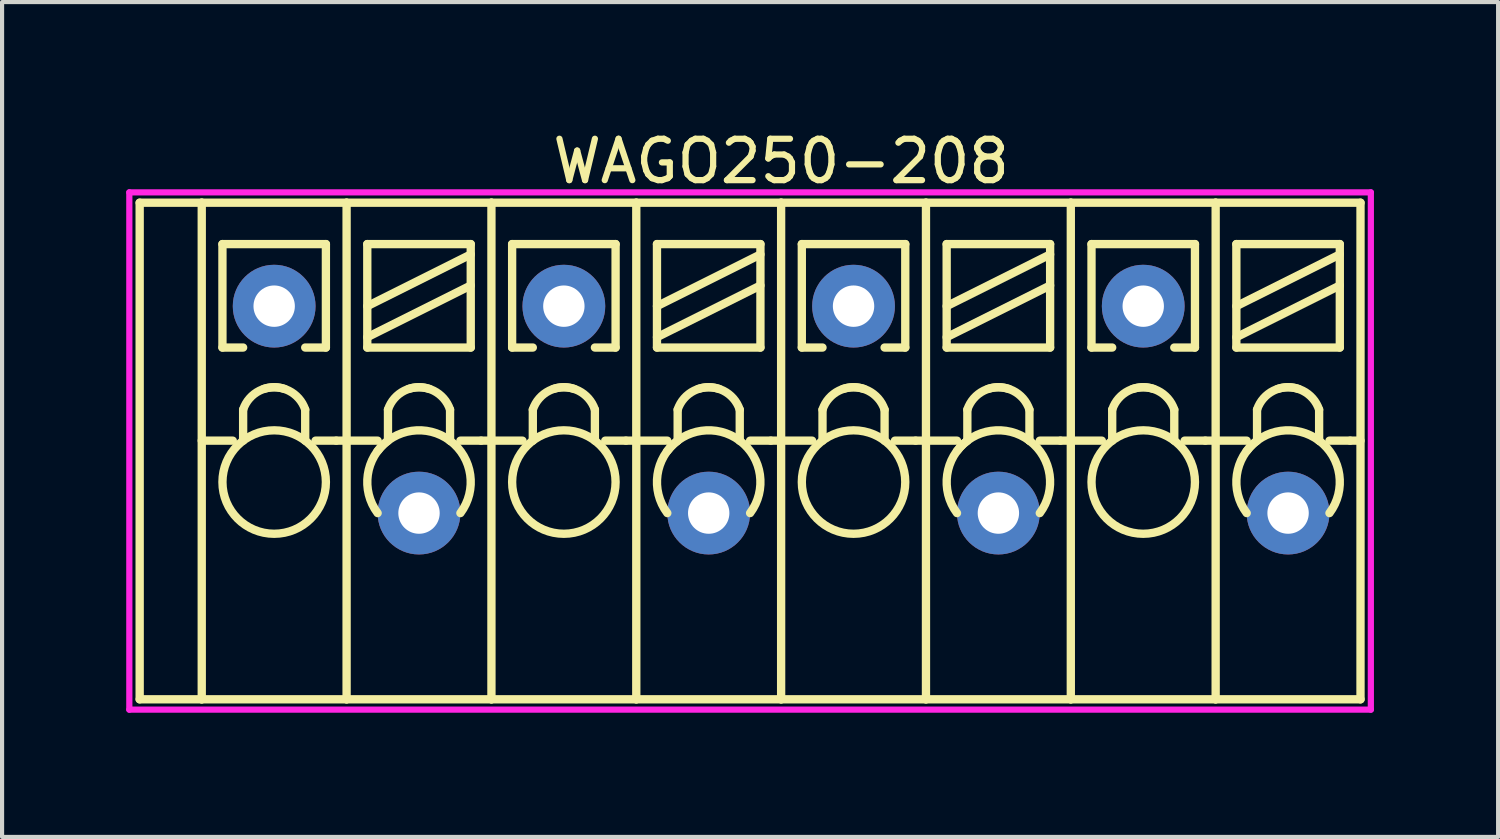
<source format=kicad_pcb>
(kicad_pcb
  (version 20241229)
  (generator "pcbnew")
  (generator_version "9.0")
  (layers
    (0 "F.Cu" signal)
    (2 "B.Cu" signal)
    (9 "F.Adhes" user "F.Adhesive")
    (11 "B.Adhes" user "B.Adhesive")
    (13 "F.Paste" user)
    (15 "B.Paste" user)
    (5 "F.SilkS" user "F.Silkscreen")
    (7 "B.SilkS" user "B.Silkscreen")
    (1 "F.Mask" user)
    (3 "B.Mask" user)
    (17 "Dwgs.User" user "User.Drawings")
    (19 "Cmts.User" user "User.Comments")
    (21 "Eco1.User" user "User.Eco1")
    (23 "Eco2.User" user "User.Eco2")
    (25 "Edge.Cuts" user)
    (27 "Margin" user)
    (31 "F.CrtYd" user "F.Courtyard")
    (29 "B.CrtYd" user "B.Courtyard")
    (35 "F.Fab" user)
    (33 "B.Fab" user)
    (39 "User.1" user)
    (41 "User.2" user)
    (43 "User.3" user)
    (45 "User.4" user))
  (footprint "WAGO250-208"
    (layer "F.Cu")
    (at 28.075 9.348)
    (property "Reference" "WAGO250-208" (at -12.25 -8.5 0) (layer "F.SilkS") (effects (font (size 1 1) (thickness 0.15))))
    (attr through_hole)
    (fp_line (start -27.75 -7.5) (end -26.25 -7.5) (stroke (width 0.201) (type solid)) (layer "F.SilkS"))
    (fp_line (start -27.75 4.5) (end -27.75 -7.5) (stroke (width 0.201) (type solid)) (layer "F.SilkS"))
    (fp_line (start -27.75 4.5) (end -26.25 4.5) (stroke (width 0.201) (type solid)) (layer "F.SilkS"))
    (fp_line (start -26.25 -7.5) (end -26.25 4.5) (stroke (width 0.201) (type solid)) (layer "F.SilkS"))
    (fp_line (start -26.25 -1.75) (end -25.5 -1.75) (stroke (width 0.201) (type solid)) (layer "F.SilkS"))
    (fp_line (start -26.25 4.5) (end -22.75 4.5) (stroke (width 0.201) (type solid)) (layer "F.SilkS"))
    (fp_line (start -25.75 -6.5) (end -25.75 -4) (stroke (width 0.201) (type solid)) (layer "F.SilkS"))
    (fp_line (start -25.75 -4) (end -25.25 -4) (stroke (width 0.201) (type solid)) (layer "F.SilkS"))
    (fp_line (start -25.25 -2.5) (end -25.25 -1.75) (stroke (width 0.201) (type solid)) (layer "F.SilkS"))
    (fp_line (start -23.75 -2.5) (end -23.75 -1.75) (stroke (width 0.201) (type solid)) (layer "F.SilkS"))
    (fp_line (start -23.5 -1.75) (end -23 -1.75) (stroke (width 0.201) (type solid)) (layer "F.SilkS"))
    (fp_line (start -23.25 -6.5) (end -25.75 -6.5) (stroke (width 0.201) (type solid)) (layer "F.SilkS"))
    (fp_line (start -23.25 -6.5) (end -23.25 -4) (stroke (width 0.201) (type solid)) (layer "F.SilkS"))
    (fp_line (start -23.25 -4) (end -23.75 -4) (stroke (width 0.201) (type solid)) (layer "F.SilkS"))
    (fp_line (start -23 -1.75) (end -22.75 -1.75) (stroke (width 0.201) (type solid)) (layer "F.SilkS"))
    (fp_line (start -22.75 -7.5) (end -26.25 -7.5) (stroke (width 0.201) (type solid)) (layer "F.SilkS"))
    (fp_line (start -22.75 -7.5) (end -22.75 4.5) (stroke (width 0.201) (type solid)) (layer "F.SilkS"))
    (fp_line (start -22.75 -1.75) (end -22 -1.75) (stroke (width 0.201) (type solid)) (layer "F.SilkS"))
    (fp_line (start -22.75 4.5) (end -19.25 4.5) (stroke (width 0.201) (type solid)) (layer "F.SilkS"))
    (fp_line (start -22.25 -6.5) (end -22.25 -4) (stroke (width 0.201) (type solid)) (layer "F.SilkS"))
    (fp_line (start -22.25 -4.25) (end -19.75 -5.5) (stroke (width 0.201) (type solid)) (layer "F.SilkS"))
    (fp_line (start -22.25 -4) (end -19.75 -4) (stroke (width 0.201) (type solid)) (layer "F.SilkS"))
    (fp_line (start -21.75 -2.5) (end -21.75 -1.75) (stroke (width 0.201) (type solid)) (layer "F.SilkS"))
    (fp_line (start -20.25 -2.5) (end -20.25 -1.75) (stroke (width 0.201) (type solid)) (layer "F.SilkS"))
    (fp_line (start -20 -1.75) (end -19.5 -1.75) (stroke (width 0.201) (type solid)) (layer "F.SilkS"))
    (fp_line (start -19.75 -6.5) (end -22.25 -6.5) (stroke (width 0.201) (type solid)) (layer "F.SilkS"))
    (fp_line (start -19.75 -6.5) (end -19.75 -4) (stroke (width 0.201) (type solid)) (layer "F.SilkS"))
    (fp_line (start -19.75 -6.25) (end -22.25 -5) (stroke (width 0.201) (type solid)) (layer "F.SilkS"))
    (fp_line (start -19.5 -1.75) (end -19.25 -1.75) (stroke (width 0.201) (type solid)) (layer "F.SilkS"))
    (fp_line (start -19.25 -7.5) (end -22.75 -7.5) (stroke (width 0.201) (type solid)) (layer "F.SilkS"))
    (fp_line (start -19.25 -7.5) (end -19.25 4.5) (stroke (width 0.201) (type solid)) (layer "F.SilkS"))
    (fp_line (start -19.25 -1.75) (end -18.5 -1.75) (stroke (width 0.201) (type solid)) (layer "F.SilkS"))
    (fp_line (start -19.25 4.5) (end -15.75 4.5) (stroke (width 0.201) (type solid)) (layer "F.SilkS"))
    (fp_line (start -18.75 -6.5) (end -18.75 -4) (stroke (width 0.201) (type solid)) (layer "F.SilkS"))
    (fp_line (start -18.75 -4) (end -18.25 -4) (stroke (width 0.201) (type solid)) (layer "F.SilkS"))
    (fp_line (start -18.25 -2.5) (end -18.25 -1.75) (stroke (width 0.201) (type solid)) (layer "F.SilkS"))
    (fp_line (start -16.75 -2.5) (end -16.75 -1.75) (stroke (width 0.201) (type solid)) (layer "F.SilkS"))
    (fp_line (start -16.5 -1.75) (end -16 -1.75) (stroke (width 0.201) (type solid)) (layer "F.SilkS"))
    (fp_line (start -16.25 -6.5) (end -18.75 -6.5) (stroke (width 0.201) (type solid)) (layer "F.SilkS"))
    (fp_line (start -16.25 -6.5) (end -16.25 -4) (stroke (width 0.201) (type solid)) (layer "F.SilkS"))
    (fp_line (start -16.25 -4) (end -16.75 -4) (stroke (width 0.201) (type solid)) (layer "F.SilkS"))
    (fp_line (start -16 -1.75) (end -15.75 -1.75) (stroke (width 0.201) (type solid)) (layer "F.SilkS"))
    (fp_line (start -15.75 -7.5) (end -19.25 -7.5) (stroke (width 0.201) (type solid)) (layer "F.SilkS"))
    (fp_line (start -15.75 -7.5) (end -15.75 4.5) (stroke (width 0.201) (type solid)) (layer "F.SilkS"))
    (fp_line (start -15.75 -1.75) (end -15 -1.75) (stroke (width 0.201) (type solid)) (layer "F.SilkS"))
    (fp_line (start -15.75 4.5) (end -12.25 4.5) (stroke (width 0.201) (type solid)) (layer "F.SilkS"))
    (fp_line (start -15.25 -6.5) (end -15.25 -4) (stroke (width 0.201) (type solid)) (layer "F.SilkS"))
    (fp_line (start -15.25 -4.25) (end -12.75 -5.5) (stroke (width 0.201) (type solid)) (layer "F.SilkS"))
    (fp_line (start -15.25 -4) (end -12.75 -4) (stroke (width 0.201) (type solid)) (layer "F.SilkS"))
    (fp_line (start -14.75 -2.5) (end -14.75 -1.75) (stroke (width 0.201) (type solid)) (layer "F.SilkS"))
    (fp_line (start -13.25 -2.5) (end -13.25 -1.75) (stroke (width 0.201) (type solid)) (layer "F.SilkS"))
    (fp_line (start -13 -1.75) (end -12.5 -1.75) (stroke (width 0.201) (type solid)) (layer "F.SilkS"))
    (fp_line (start -12.75 -6.5) (end -15.25 -6.5) (stroke (width 0.201) (type solid)) (layer "F.SilkS"))
    (fp_line (start -12.75 -6.5) (end -12.75 -4) (stroke (width 0.201) (type solid)) (layer "F.SilkS"))
    (fp_line (start -12.75 -6.25) (end -15.25 -5) (stroke (width 0.201) (type solid)) (layer "F.SilkS"))
    (fp_line (start -12.5 -1.75) (end -12.25 -1.75) (stroke (width 0.201) (type solid)) (layer "F.SilkS"))
    (fp_line (start -12.25 -7.5) (end -15.75 -7.5) (stroke (width 0.201) (type solid)) (layer "F.SilkS"))
    (fp_line (start -12.25 -7.5) (end -12.25 4.5) (stroke (width 0.201) (type solid)) (layer "F.SilkS"))
    (fp_line (start -12.25 -1.75) (end -11.5 -1.75) (stroke (width 0.201) (type solid)) (layer "F.SilkS"))
    (fp_line (start -12.25 4.5) (end -8.75 4.5) (stroke (width 0.201) (type solid)) (layer "F.SilkS"))
    (fp_line (start -11.75 -6.5) (end -11.75 -4) (stroke (width 0.201) (type solid)) (layer "F.SilkS"))
    (fp_line (start -11.75 -4) (end -11.25 -4) (stroke (width 0.201) (type solid)) (layer "F.SilkS"))
    (fp_line (start -11.25 -2.5) (end -11.25 -1.75) (stroke (width 0.201) (type solid)) (layer "F.SilkS"))
    (fp_line (start -9.75 -2.5) (end -9.75 -1.75) (stroke (width 0.201) (type solid)) (layer "F.SilkS"))
    (fp_line (start -9.5 -1.75) (end -9 -1.75) (stroke (width 0.201) (type solid)) (layer "F.SilkS"))
    (fp_line (start -9.25 -6.5) (end -11.75 -6.5) (stroke (width 0.201) (type solid)) (layer "F.SilkS"))
    (fp_line (start -9.25 -6.5) (end -9.25 -4) (stroke (width 0.201) (type solid)) (layer "F.SilkS"))
    (fp_line (start -9.25 -4) (end -9.75 -4) (stroke (width 0.201) (type solid)) (layer "F.SilkS"))
    (fp_line (start -9 -1.75) (end -8.75 -1.75) (stroke (width 0.201) (type solid)) (layer "F.SilkS"))
    (fp_line (start -8.75 -7.5) (end -12.25 -7.5) (stroke (width 0.201) (type solid)) (layer "F.SilkS"))
    (fp_line (start -8.75 -7.5) (end -8.75 4.5) (stroke (width 0.201) (type solid)) (layer "F.SilkS"))
    (fp_line (start -8.75 -1.75) (end -8 -1.75) (stroke (width 0.201) (type solid)) (layer "F.SilkS"))
    (fp_line (start -8.75 4.5) (end -5.25 4.5) (stroke (width 0.201) (type solid)) (layer "F.SilkS"))
    (fp_line (start -8.25 -6.5) (end -8.25 -4) (stroke (width 0.201) (type solid)) (layer "F.SilkS"))
    (fp_line (start -8.25 -4.25) (end -5.75 -5.5) (stroke (width 0.201) (type solid)) (layer "F.SilkS"))
    (fp_line (start -8.25 -4) (end -5.75 -4) (stroke (width 0.201) (type solid)) (layer "F.SilkS"))
    (fp_line (start -7.75 -2.5) (end -7.75 -1.75) (stroke (width 0.201) (type solid)) (layer "F.SilkS"))
    (fp_line (start -6.25 -2.5) (end -6.25 -1.75) (stroke (width 0.201) (type solid)) (layer "F.SilkS"))
    (fp_line (start -6 -1.75) (end -5.5 -1.75) (stroke (width 0.201) (type solid)) (layer "F.SilkS"))
    (fp_line (start -5.75 -6.5) (end -8.25 -6.5) (stroke (width 0.201) (type solid)) (layer "F.SilkS"))
    (fp_line (start -5.75 -6.5) (end -5.75 -4) (stroke (width 0.201) (type solid)) (layer "F.SilkS"))
    (fp_line (start -5.75 -6.25) (end -8.25 -5) (stroke (width 0.201) (type solid)) (layer "F.SilkS"))
    (fp_line (start -5.5 -1.75) (end -5.25 -1.75) (stroke (width 0.201) (type solid)) (layer "F.SilkS"))
    (fp_line (start -5.25 -7.5) (end -8.75 -7.5) (stroke (width 0.201) (type solid)) (layer "F.SilkS"))
    (fp_line (start -5.25 -7.5) (end -5.25 4.5) (stroke (width 0.201) (type solid)) (layer "F.SilkS"))
    (fp_line (start -5.25 -1.75) (end -4.5 -1.75) (stroke (width 0.201) (type solid)) (layer "F.SilkS"))
    (fp_line (start -5.25 4.5) (end -1.75 4.5) (stroke (width 0.201) (type solid)) (layer "F.SilkS"))
    (fp_line (start -4.75 -6.5) (end -4.75 -4) (stroke (width 0.201) (type solid)) (layer "F.SilkS"))
    (fp_line (start -4.75 -4) (end -4.25 -4) (stroke (width 0.201) (type solid)) (layer "F.SilkS"))
    (fp_line (start -4.25 -2.5) (end -4.25 -1.75) (stroke (width 0.201) (type solid)) (layer "F.SilkS"))
    (fp_line (start -2.75 -2.5) (end -2.75 -1.75) (stroke (width 0.201) (type solid)) (layer "F.SilkS"))
    (fp_line (start -2.5 -1.75) (end -2 -1.75) (stroke (width 0.201) (type solid)) (layer "F.SilkS"))
    (fp_line (start -2.25 -6.5) (end -4.75 -6.5) (stroke (width 0.201) (type solid)) (layer "F.SilkS"))
    (fp_line (start -2.25 -6.5) (end -2.25 -4) (stroke (width 0.201) (type solid)) (layer "F.SilkS"))
    (fp_line (start -2.25 -4) (end -2.75 -4) (stroke (width 0.201) (type solid)) (layer "F.SilkS"))
    (fp_line (start -2 -1.75) (end -1.75 -1.75) (stroke (width 0.201) (type solid)) (layer "F.SilkS"))
    (fp_line (start -1.75 -7.5) (end -5.25 -7.5) (stroke (width 0.201) (type solid)) (layer "F.SilkS"))
    (fp_line (start -1.75 -7.5) (end -1.75 4.5) (stroke (width 0.201) (type solid)) (layer "F.SilkS"))
    (fp_line (start -1.75 -1.75) (end -1 -1.75) (stroke (width 0.201) (type solid)) (layer "F.SilkS"))
    (fp_line (start -1.75 4.5) (end 1.75 4.5) (stroke (width 0.201) (type solid)) (layer "F.SilkS"))
    (fp_line (start -1.25 -6.5) (end -1.25 -4) (stroke (width 0.201) (type solid)) (layer "F.SilkS"))
    (fp_line (start -1.25 -4.25) (end 1.25 -5.5) (stroke (width 0.201) (type solid)) (layer "F.SilkS"))
    (fp_line (start -1.25 -4) (end 1.25 -4) (stroke (width 0.201) (type solid)) (layer "F.SilkS"))
    (fp_line (start -0.75 -2.5) (end -0.75 -1.75) (stroke (width 0.201) (type solid)) (layer "F.SilkS"))
    (fp_line (start 0.75 -2.5) (end 0.75 -1.75) (stroke (width 0.201) (type solid)) (layer "F.SilkS"))
    (fp_line (start 1 -1.75) (end 1.5 -1.75) (stroke (width 0.201) (type solid)) (layer "F.SilkS"))
    (fp_line (start 1.25 -6.5) (end -1.25 -6.5) (stroke (width 0.201) (type solid)) (layer "F.SilkS"))
    (fp_line (start 1.25 -6.5) (end 1.25 -4) (stroke (width 0.201) (type solid)) (layer "F.SilkS"))
    (fp_line (start 1.25 -6.25) (end -1.25 -5) (stroke (width 0.201) (type solid)) (layer "F.SilkS"))
    (fp_line (start 1.5 -1.75) (end 1.75 -1.75) (stroke (width 0.201) (type solid)) (layer "F.SilkS"))
    (fp_line (start 1.75 -7.5) (end -1.75 -7.5) (stroke (width 0.201) (type solid)) (layer "F.SilkS"))
    (fp_line (start 1.75 4.5) (end 1.75 -7.5) (stroke (width 0.201) (type solid)) (layer "F.SilkS"))
    (fp_arc (start -25.25 -2.5) (mid -24.853553 -2.957107) (end -24.25 -3) (stroke (width 0.2012) (type solid)) (layer "F.SilkS"))
    (fp_arc (start -24.75 -3) (mid -24.146447 -2.957107) (end -23.75 -2.5) (stroke (width 0.2012) (type solid)) (layer "F.SilkS"))
    (fp_arc (start -22 -1.5) (mid -21.176777 -1.987437) (end -20.25 -1.75) (stroke (width 0.2012) (type solid)) (layer "F.SilkS"))
    (fp_arc (start -22 0) (mid -22.237437 -0.926777) (end -21.75 -1.75) (stroke (width 0.2012) (type solid)) (layer "F.SilkS"))
    (fp_arc (start -21.75 -2.5) (mid -21.353553 -2.957107) (end -20.75 -3) (stroke (width 0.2012) (type solid)) (layer "F.SilkS"))
    (fp_arc (start -21.25 -3) (mid -20.646447 -2.957107) (end -20.25 -2.5) (stroke (width 0.2012) (type solid)) (layer "F.SilkS"))
    (fp_arc (start -20.25 -1.75) (mid -19.762563 -0.926777) (end -20 0) (stroke (width 0.2012) (type solid)) (layer "F.SilkS"))
    (fp_arc (start -18.25 -2.5) (mid -17.853553 -2.957107) (end -17.25 -3) (stroke (width 0.2012) (type solid)) (layer "F.SilkS"))
    (fp_arc (start -17.75 -3) (mid -17.146447 -2.957107) (end -16.75 -2.5) (stroke (width 0.2012) (type solid)) (layer "F.SilkS"))
    (fp_arc (start -15 -1.5) (mid -14.176777 -1.987437) (end -13.25 -1.75) (stroke (width 0.2012) (type solid)) (layer "F.SilkS"))
    (fp_arc (start -15 0) (mid -15.237437 -0.926777) (end -14.75 -1.75) (stroke (width 0.2012) (type solid)) (layer "F.SilkS"))
    (fp_arc (start -14.75 -2.5) (mid -14.353553 -2.957107) (end -13.75 -3) (stroke (width 0.2012) (type solid)) (layer "F.SilkS"))
    (fp_arc (start -14.25 -3) (mid -13.646447 -2.957107) (end -13.25 -2.5) (stroke (width 0.2012) (type solid)) (layer "F.SilkS"))
    (fp_arc (start -13.25 -1.75) (mid -12.762563 -0.926777) (end -13 0) (stroke (width 0.2012) (type solid)) (layer "F.SilkS"))
    (fp_arc (start -11.25 -2.5) (mid -10.853553 -2.957107) (end -10.25 -3) (stroke (width 0.2012) (type solid)) (layer "F.SilkS"))
    (fp_arc (start -10.75 -3) (mid -10.146447 -2.957107) (end -9.75 -2.5) (stroke (width 0.2012) (type solid)) (layer "F.SilkS"))
    (fp_arc (start -8 -1.5) (mid -7.176777 -1.987437) (end -6.25 -1.75) (stroke (width 0.2012) (type solid)) (layer "F.SilkS"))
    (fp_arc (start -8 0) (mid -8.237437 -0.926777) (end -7.75 -1.75) (stroke (width 0.2012) (type solid)) (layer "F.SilkS"))
    (fp_arc (start -7.75 -2.5) (mid -7.353553 -2.957107) (end -6.75 -3) (stroke (width 0.2012) (type solid)) (layer "F.SilkS"))
    (fp_arc (start -7.25 -3) (mid -6.646447 -2.957107) (end -6.25 -2.5) (stroke (width 0.2012) (type solid)) (layer "F.SilkS"))
    (fp_arc (start -6.25 -1.75) (mid -5.762563 -0.926777) (end -6 0) (stroke (width 0.2012) (type solid)) (layer "F.SilkS"))
    (fp_arc (start -4.25 -2.5) (mid -3.853553 -2.957107) (end -3.25 -3) (stroke (width 0.2012) (type solid)) (layer "F.SilkS"))
    (fp_arc (start -3.75 -3) (mid -3.146447 -2.957107) (end -2.75 -2.5) (stroke (width 0.2012) (type solid)) (layer "F.SilkS"))
    (fp_arc (start -1 -1.5) (mid -0.176777 -1.987437) (end 0.75 -1.75) (stroke (width 0.2012) (type solid)) (layer "F.SilkS"))
    (fp_arc (start -1 0) (mid -1.237437 -0.926777) (end -0.75 -1.75) (stroke (width 0.2012) (type solid)) (layer "F.SilkS"))
    (fp_arc (start -0.75 -2.5) (mid -0.353553 -2.957107) (end 0.25 -3) (stroke (width 0.2012) (type solid)) (layer "F.SilkS"))
    (fp_arc (start -0.25 -3) (mid 0.353553 -2.957107) (end 0.75 -2.5) (stroke (width 0.2012) (type solid)) (layer "F.SilkS"))
    (fp_arc (start 0.75 -1.75) (mid 1.237437 -0.926777) (end 1 0) (stroke (width 0.2012) (type solid)) (layer "F.SilkS"))
    (fp_circle (center -24.5 -0.75) (end -23.25 -0.75) (stroke (width 0.201) (type solid)) (fill no) (layer "F.SilkS"))
    (fp_circle (center -17.5 -0.75) (end -16.25 -0.75) (stroke (width 0.201) (type solid)) (fill no) (layer "F.SilkS"))
    (fp_circle (center -10.5 -0.75) (end -9.25 -0.75) (stroke (width 0.201) (type solid)) (fill no) (layer "F.SilkS"))
    (fp_circle (center -3.5 -0.75) (end -2.25 -0.75) (stroke (width 0.201) (type solid)) (fill no) (layer "F.SilkS"))
    (fp_line (start -28 -7.75) (end 2 -7.75) (stroke (width 0.15) (type solid)) (layer "F.CrtYd"))
    (fp_line (start -28 4.75) (end -28 -7.75) (stroke (width 0.15) (type solid)) (layer "F.CrtYd"))
    (fp_line (start 2 -7.75) (end 2 4.75) (stroke (width 0.15) (type solid)) (layer "F.CrtYd"))
    (fp_line (start 2 4.75) (end -28 4.75) (stroke (width 0.15) (type solid)) (layer "F.CrtYd"))
    (pad "1" thru_hole circle (at 0 0) (size 2 2) (drill 1) (layers "*.Cu" "*.Mask"))
    (pad "2" thru_hole circle (at -3.5 -5) (size 2 2) (drill 1) (layers "*.Cu" "*.Mask"))
    (pad "3" thru_hole circle (at -7 0) (size 2 2) (drill 1) (layers "*.Cu" "*.Mask"))
    (pad "4" thru_hole circle (at -10.5 -5) (size 2 2) (drill 1) (layers "*.Cu" "*.Mask"))
    (pad "5" thru_hole circle (at -14 0) (size 2 2) (drill 1) (layers "*.Cu" "*.Mask"))
    (pad "6" thru_hole circle (at -17.5 -5) (size 2 2) (drill 1) (layers "*.Cu" "*.Mask"))
    (pad "7" thru_hole circle (at -21 0) (size 2 2) (drill 1) (layers "*.Cu" "*.Mask"))
    (pad "8" thru_hole circle (at -24.5 -5) (size 2 2) (drill 1) (layers "*.Cu" "*.Mask")))
  (gr_rect
    (start -3 -3)
    (end 33.15 17.173)
    (stroke (width 0.1) (type default))
    (fill no)
    (layer "Edge.Cuts")))
</source>
